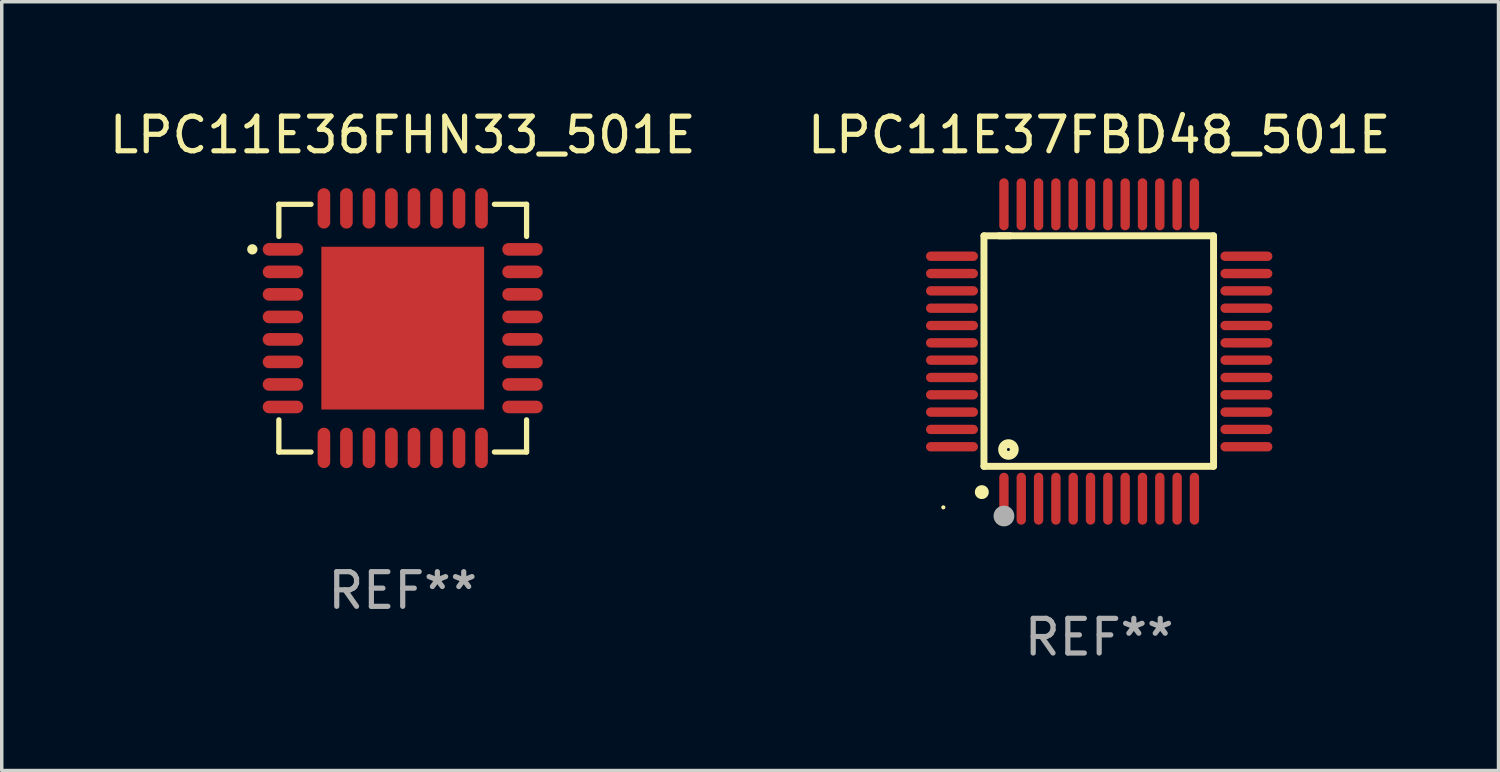
<source format=kicad_pcb>
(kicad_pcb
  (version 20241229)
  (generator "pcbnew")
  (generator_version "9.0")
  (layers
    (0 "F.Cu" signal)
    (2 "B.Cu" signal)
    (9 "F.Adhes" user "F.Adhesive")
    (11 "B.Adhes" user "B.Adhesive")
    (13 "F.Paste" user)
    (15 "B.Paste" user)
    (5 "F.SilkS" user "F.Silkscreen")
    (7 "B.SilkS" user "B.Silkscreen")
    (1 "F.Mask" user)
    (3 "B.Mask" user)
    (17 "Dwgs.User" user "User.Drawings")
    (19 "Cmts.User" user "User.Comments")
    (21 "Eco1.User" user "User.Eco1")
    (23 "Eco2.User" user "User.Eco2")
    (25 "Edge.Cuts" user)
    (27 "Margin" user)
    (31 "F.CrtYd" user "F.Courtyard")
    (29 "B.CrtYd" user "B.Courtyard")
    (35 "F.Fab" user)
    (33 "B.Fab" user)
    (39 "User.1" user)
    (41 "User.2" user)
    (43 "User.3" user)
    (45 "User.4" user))
  (footprint "LPC11E36FHN33_501E"
    (layer "F.Cu")
    (at 8.577 6.424)
    (property "Reference" "LPC11E36FHN33_501E" (at 0 -5.576 0) (layer "F.SilkS") (effects (font (size 1 1) (thickness 0.15))))
    (attr through_hole)
    (fp_line (start -3.576 -3.576) (end -3.576 -2.647) (stroke (width 0.152) (type solid)) (layer "F.SilkS"))
    (fp_line (start -3.576 3.576) (end -3.576 2.647) (stroke (width 0.152) (type solid)) (layer "F.SilkS"))
    (fp_line (start -2.647 -3.576) (end -3.576 -3.576) (stroke (width 0.152) (type solid)) (layer "F.SilkS"))
    (fp_line (start -2.647 3.576) (end -3.576 3.576) (stroke (width 0.152) (type solid)) (layer "F.SilkS"))
    (fp_line (start 2.647 -3.576) (end 3.576 -3.576) (stroke (width 0.152) (type solid)) (layer "F.SilkS"))
    (fp_line (start 2.647 3.576) (end 3.576 3.576) (stroke (width 0.152) (type solid)) (layer "F.SilkS"))
    (fp_line (start 3.576 -3.576) (end 3.576 -2.647) (stroke (width 0.152) (type solid)) (layer "F.SilkS"))
    (fp_line (start 3.576 3.576) (end 3.576 2.647) (stroke (width 0.152) (type solid)) (layer "F.SilkS"))
    (fp_circle (center -4.342 -2.275) (end -4.267 -2.275) (stroke (width 0.15) (type solid)) (fill no) (layer "F.SilkS"))
    (fp_text user "REF**" (at 0 7.576 0) (layer "F.Fab") (effects (font (size 1 1) (thickness 0.15))))
    (pad "1" smd oval (at -3.458 -2.275 270) (size 0.364 1.167) (layers "F.Cu" "F.Mask" "F.Paste"))
    (pad "2" smd oval (at -3.458 -1.625 270) (size 0.364 1.167) (layers "F.Cu" "F.Mask" "F.Paste"))
    (pad "3" smd oval (at -3.458 -0.975 270) (size 0.364 1.167) (layers "F.Cu" "F.Mask" "F.Paste"))
    (pad "4" smd oval (at -3.458 -0.325 270) (size 0.364 1.167) (layers "F.Cu" "F.Mask" "F.Paste"))
    (pad "5" smd oval (at -3.458 0.325 270) (size 0.364 1.167) (layers "F.Cu" "F.Mask" "F.Paste"))
    (pad "6" smd oval (at -3.458 0.975 270) (size 0.364 1.167) (layers "F.Cu" "F.Mask" "F.Paste"))
    (pad "7" smd oval (at -3.458 1.625 270) (size 0.364 1.167) (layers "F.Cu" "F.Mask" "F.Paste"))
    (pad "8" smd oval (at -3.458 2.275 270) (size 0.364 1.167) (layers "F.Cu" "F.Mask" "F.Paste"))
    (pad "9" smd oval (at -2.275 3.458 270) (size 1.167 0.364) (layers "F.Cu" "F.Mask" "F.Paste"))
    (pad "10" smd oval (at -1.625 3.458 270) (size 1.167 0.364) (layers "F.Cu" "F.Mask" "F.Paste"))
    (pad "11" smd oval (at -0.975 3.458 270) (size 1.167 0.364) (layers "F.Cu" "F.Mask" "F.Paste"))
    (pad "12" smd oval (at -0.325 3.458 270) (size 1.167 0.364) (layers "F.Cu" "F.Mask" "F.Paste"))
    (pad "13" smd oval (at 0.325 3.458 270) (size 1.167 0.364) (layers "F.Cu" "F.Mask" "F.Paste"))
    (pad "14" smd oval (at 0.975 3.458 270) (size 1.167 0.364) (layers "F.Cu" "F.Mask" "F.Paste"))
    (pad "15" smd oval (at 1.625 3.458 270) (size 1.167 0.364) (layers "F.Cu" "F.Mask" "F.Paste"))
    (pad "16" smd oval (at 2.275 3.458 270) (size 1.167 0.364) (layers "F.Cu" "F.Mask" "F.Paste"))
    (pad "17" smd oval (at 3.458 2.275 270) (size 0.364 1.167) (layers "F.Cu" "F.Mask" "F.Paste"))
    (pad "18" smd oval (at 3.458 1.625 270) (size 0.364 1.167) (layers "F.Cu" "F.Mask" "F.Paste"))
    (pad "19" smd oval (at 3.458 0.975 270) (size 0.364 1.167) (layers "F.Cu" "F.Mask" "F.Paste"))
    (pad "20" smd oval (at 3.458 0.325 270) (size 0.364 1.167) (layers "F.Cu" "F.Mask" "F.Paste"))
    (pad "21" smd oval (at 3.458 -0.325 270) (size 0.364 1.167) (layers "F.Cu" "F.Mask" "F.Paste"))
    (pad "22" smd oval (at 3.458 -0.975 270) (size 0.364 1.167) (layers "F.Cu" "F.Mask" "F.Paste"))
    (pad "23" smd oval (at 3.458 -1.625 270) (size 0.364 1.167) (layers "F.Cu" "F.Mask" "F.Paste"))
    (pad "24" smd oval (at 3.458 -2.275 270) (size 0.364 1.167) (layers "F.Cu" "F.Mask" "F.Paste"))
    (pad "25" smd oval (at 2.275 -3.458 270) (size 1.167 0.364) (layers "F.Cu" "F.Mask" "F.Paste"))
    (pad "26" smd oval (at 1.625 -3.458 270) (size 1.167 0.364) (layers "F.Cu" "F.Mask" "F.Paste"))
    (pad "27" smd oval (at 0.975 -3.458 270) (size 1.167 0.364) (layers "F.Cu" "F.Mask" "F.Paste"))
    (pad "28" smd oval (at 0.325 -3.458 270) (size 1.167 0.364) (layers "F.Cu" "F.Mask" "F.Paste"))
    (pad "29" smd oval (at -0.325 -3.458 270) (size 1.167 0.364) (layers "F.Cu" "F.Mask" "F.Paste"))
    (pad "30" smd oval (at -0.975 -3.458 270) (size 1.167 0.364) (layers "F.Cu" "F.Mask" "F.Paste"))
    (pad "31" smd oval (at -1.625 -3.458 270) (size 1.167 0.364) (layers "F.Cu" "F.Mask" "F.Paste"))
    (pad "32" smd oval (at -2.275 -3.458 270) (size 1.167 0.364) (layers "F.Cu" "F.Mask" "F.Paste"))
    (pad "33" smd rect (at 0 0 270) (size 4.7 4.7) (layers "F.Cu" "F.Mask" "F.Paste")))
  (footprint "LPC11E37FBD48_501E"
    (layer "F.Cu")
    (at 28.685 7.098)
    (property "Reference" "LPC11E37FBD48_501E" (at 0 -6.25 0) (layer "F.SilkS") (effects (font (size 1 1) (thickness 0.15))))
    (attr through_hole)
    (fp_line (start -3.327 -3.34) (end -2.565 -3.34) (stroke (width 0.2) (type solid)) (layer "F.SilkS"))
    (fp_line (start -3.327 3.315) (end -3.327 -3.34) (stroke (width 0.2) (type solid)) (layer "F.SilkS"))
    (fp_line (start -2.896 -3.34) (end 3.302 -3.34) (stroke (width 0.2) (type solid)) (layer "F.SilkS"))
    (fp_line (start 3.302 -3.34) (end 3.302 3.315) (stroke (width 0.2) (type solid)) (layer "F.SilkS"))
    (fp_line (start 3.302 3.315) (end -3.327 3.315) (stroke (width 0.2) (type solid)) (layer "F.SilkS"))
    (fp_arc (start -3.389992 4.059995) (mid -3.388722 4.059991) (end -3.387452 4.059995) (stroke (width 0.4) (type solid)) (layer "F.SilkS"))
    (fp_circle (center -4.5 4.5) (end -4.47 4.5) (stroke (width 0.06) (type solid)) (fill no) (layer "F.SilkS"))
    (fp_circle (center -2.62 2.83) (end -2.45 2.83) (stroke (width 0.254) (type solid)) (fill no) (layer "F.SilkS"))
    (fp_circle (center -2.75 4.75) (end -2.6 4.75) (stroke (width 0.3) (type solid)) (fill no) (layer "F.Fab"))
    (fp_text user "REF**" (at 0 8.25 0) (layer "F.Fab") (effects (font (size 1 1) (thickness 0.15))))
    (pad "1" smd oval (at -2.75 4.25) (size 0.27 1.5) (layers "F.Cu" "F.Mask" "F.Paste"))
    (pad "2" smd oval (at -2.25 4.25) (size 0.27 1.5) (layers "F.Cu" "F.Mask" "F.Paste"))
    (pad "3" smd oval (at -1.75 4.25) (size 0.27 1.5) (layers "F.Cu" "F.Mask" "F.Paste"))
    (pad "4" smd oval (at -1.25 4.25) (size 0.27 1.5) (layers "F.Cu" "F.Mask" "F.Paste"))
    (pad "5" smd oval (at -0.75 4.25) (size 0.27 1.5) (layers "F.Cu" "F.Mask" "F.Paste"))
    (pad "6" smd oval (at -0.25 4.25) (size 0.27 1.5) (layers "F.Cu" "F.Mask" "F.Paste"))
    (pad "7" smd oval (at 0.25 4.25) (size 0.27 1.5) (layers "F.Cu" "F.Mask" "F.Paste"))
    (pad "8" smd oval (at 0.75 4.25) (size 0.27 1.5) (layers "F.Cu" "F.Mask" "F.Paste"))
    (pad "9" smd oval (at 1.25 4.25) (size 0.27 1.5) (layers "F.Cu" "F.Mask" "F.Paste"))
    (pad "10" smd oval (at 1.75 4.25) (size 0.27 1.5) (layers "F.Cu" "F.Mask" "F.Paste"))
    (pad "11" smd oval (at 2.25 4.25) (size 0.27 1.5) (layers "F.Cu" "F.Mask" "F.Paste"))
    (pad "12" smd oval (at 2.75 4.25) (size 0.27 1.5) (layers "F.Cu" "F.Mask" "F.Paste"))
    (pad "13" smd oval (at 4.25 2.75) (size 1.5 0.27) (layers "F.Cu" "F.Mask" "F.Paste"))
    (pad "14" smd oval (at 4.25 2.25) (size 1.5 0.27) (layers "F.Cu" "F.Mask" "F.Paste"))
    (pad "15" smd oval (at 4.25 1.75) (size 1.5 0.27) (layers "F.Cu" "F.Mask" "F.Paste"))
    (pad "16" smd oval (at 4.25 1.25) (size 1.5 0.27) (layers "F.Cu" "F.Mask" "F.Paste"))
    (pad "17" smd oval (at 4.25 0.75) (size 1.5 0.27) (layers "F.Cu" "F.Mask" "F.Paste"))
    (pad "18" smd oval (at 4.25 0.25) (size 1.5 0.27) (layers "F.Cu" "F.Mask" "F.Paste"))
    (pad "19" smd oval (at 4.25 -0.25) (size 1.5 0.27) (layers "F.Cu" "F.Mask" "F.Paste"))
    (pad "20" smd oval (at 4.25 -0.75) (size 1.5 0.27) (layers "F.Cu" "F.Mask" "F.Paste"))
    (pad "21" smd oval (at 4.25 -1.25) (size 1.5 0.27) (layers "F.Cu" "F.Mask" "F.Paste"))
    (pad "22" smd oval (at 4.25 -1.75) (size 1.5 0.27) (layers "F.Cu" "F.Mask" "F.Paste"))
    (pad "23" smd oval (at 4.25 -2.25) (size 1.5 0.27) (layers "F.Cu" "F.Mask" "F.Paste"))
    (pad "24" smd oval (at 4.25 -2.75) (size 1.5 0.27) (layers "F.Cu" "F.Mask" "F.Paste"))
    (pad "25" smd oval (at 2.75 -4.25) (size 0.27 1.5) (layers "F.Cu" "F.Mask" "F.Paste"))
    (pad "26" smd oval (at 2.25 -4.25) (size 0.27 1.5) (layers "F.Cu" "F.Mask" "F.Paste"))
    (pad "27" smd oval (at 1.75 -4.25) (size 0.27 1.5) (layers "F.Cu" "F.Mask" "F.Paste"))
    (pad "28" smd oval (at 1.25 -4.25) (size 0.27 1.5) (layers "F.Cu" "F.Mask" "F.Paste"))
    (pad "29" smd oval (at 0.75 -4.25) (size 0.27 1.5) (layers "F.Cu" "F.Mask" "F.Paste"))
    (pad "30" smd oval (at 0.25 -4.25) (size 0.27 1.5) (layers "F.Cu" "F.Mask" "F.Paste"))
    (pad "31" smd oval (at -0.25 -4.25) (size 0.27 1.5) (layers "F.Cu" "F.Mask" "F.Paste"))
    (pad "32" smd oval (at -0.75 -4.25) (size 0.27 1.5) (layers "F.Cu" "F.Mask" "F.Paste"))
    (pad "33" smd oval (at -1.25 -4.25) (size 0.27 1.5) (layers "F.Cu" "F.Mask" "F.Paste"))
    (pad "34" smd oval (at -1.75 -4.25) (size 0.27 1.5) (layers "F.Cu" "F.Mask" "F.Paste"))
    (pad "35" smd oval (at -2.25 -4.25) (size 0.27 1.5) (layers "F.Cu" "F.Mask" "F.Paste"))
    (pad "36" smd oval (at -2.75 -4.25) (size 0.27 1.5) (layers "F.Cu" "F.Mask" "F.Paste"))
    (pad "37" smd oval (at -4.25 -2.75) (size 1.5 0.27) (layers "F.Cu" "F.Mask" "F.Paste"))
    (pad "38" smd oval (at -4.25 -2.25) (size 1.5 0.27) (layers "F.Cu" "F.Mask" "F.Paste"))
    (pad "39" smd oval (at -4.25 -1.75) (size 1.5 0.27) (layers "F.Cu" "F.Mask" "F.Paste"))
    (pad "40" smd oval (at -4.25 -1.25) (size 1.5 0.27) (layers "F.Cu" "F.Mask" "F.Paste"))
    (pad "41" smd oval (at -4.25 -0.75) (size 1.5 0.27) (layers "F.Cu" "F.Mask" "F.Paste"))
    (pad "42" smd oval (at -4.25 -0.25) (size 1.5 0.27) (layers "F.Cu" "F.Mask" "F.Paste"))
    (pad "43" smd oval (at -4.25 0.25) (size 1.5 0.27) (layers "F.Cu" "F.Mask" "F.Paste"))
    (pad "44" smd oval (at -4.25 0.75) (size 1.5 0.27) (layers "F.Cu" "F.Mask" "F.Paste"))
    (pad "45" smd oval (at -4.25 1.25) (size 1.5 0.27) (layers "F.Cu" "F.Mask" "F.Paste"))
    (pad "46" smd oval (at -4.25 1.75) (size 1.5 0.27) (layers "F.Cu" "F.Mask" "F.Paste"))
    (pad "47" smd oval (at -4.25 2.25) (size 1.5 0.27) (layers "F.Cu" "F.Mask" "F.Paste"))
    (pad "48" smd oval (at -4.25 2.75) (size 1.5 0.27) (layers "F.Cu" "F.Mask" "F.Paste")))
  (gr_rect
    (start -3 -3)
    (end 40.214 19.196)
    (stroke (width 0.1) (type default))
    (fill no)
    (layer "Edge.Cuts")))
</source>
